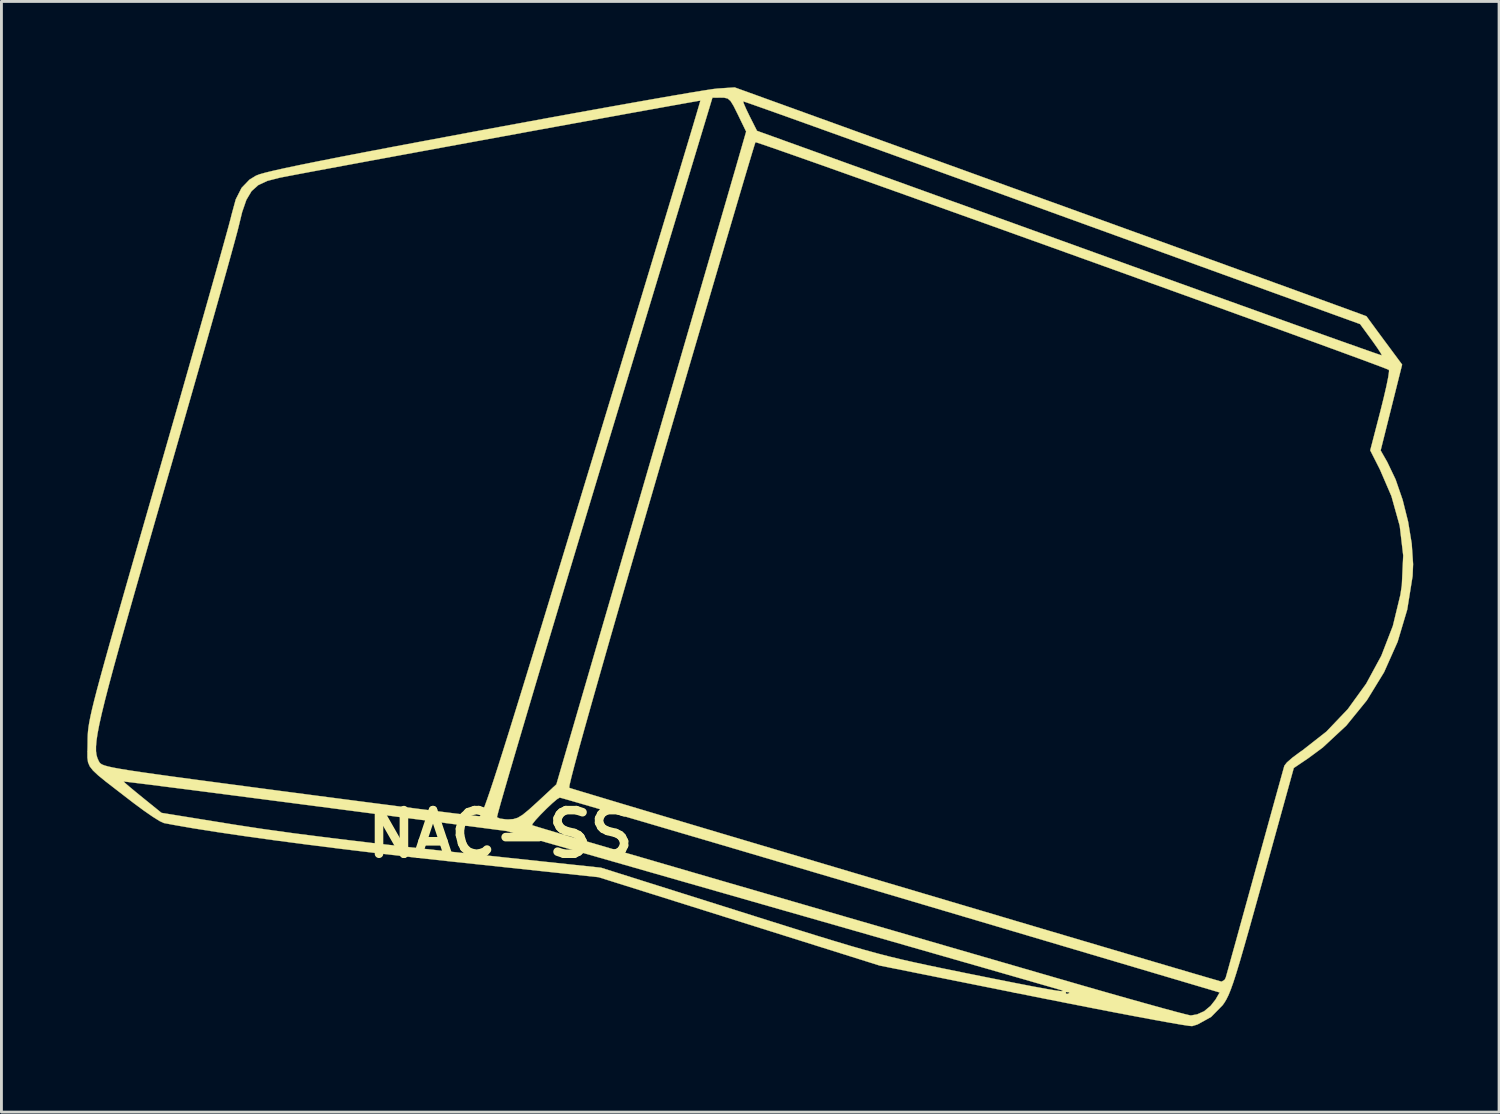
<source format=kicad_pcb>
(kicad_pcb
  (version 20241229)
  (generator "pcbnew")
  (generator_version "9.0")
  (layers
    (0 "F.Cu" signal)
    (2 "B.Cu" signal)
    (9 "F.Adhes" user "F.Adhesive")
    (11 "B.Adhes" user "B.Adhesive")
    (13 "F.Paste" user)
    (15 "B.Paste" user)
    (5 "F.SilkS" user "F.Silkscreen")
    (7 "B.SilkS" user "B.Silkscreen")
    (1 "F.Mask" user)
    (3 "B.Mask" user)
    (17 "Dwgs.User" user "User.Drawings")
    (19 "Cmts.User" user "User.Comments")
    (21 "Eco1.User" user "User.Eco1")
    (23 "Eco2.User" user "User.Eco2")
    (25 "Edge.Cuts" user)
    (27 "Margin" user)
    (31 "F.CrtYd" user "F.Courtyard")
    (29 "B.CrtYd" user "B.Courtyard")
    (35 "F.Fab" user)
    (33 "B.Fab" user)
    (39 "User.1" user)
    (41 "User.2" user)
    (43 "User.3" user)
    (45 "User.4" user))
  (footprint "NAC-SS"
    (layer "F.Cu")
    (at 14.442 26.099)
    (property "Reference" "NAC-SS" (at 0 0 0) (layer "F.SilkS") (effects (font (size 1.524 1.524) (thickness 0.3))))
    (attr through_hole)
    (fp_poly (pts (xy 19.223 -22.103) (xy 20.535 -21.629) (xy 21.803 -21.17) (xy 23.018 -20.73) (xy 24.17 -20.313) (xy 25.25 -19.922) (xy 26.25 -19.559) (xy 27.16 -19.229) (xy 27.972 -18.934) (xy 28.675 -18.678) (xy 29.262 -18.464) (xy 29.723 -18.296) (xy 30.049 -18.177) (xy 30.231 -18.109) (xy 30.268 -18.094) (xy 30.318 -18.024) (xy 30.45 -17.844) (xy 30.643 -17.581) (xy 30.878 -17.263) (xy 30.894 -17.242) (xy 31.513 -16.407) (xy 30.762 -13.406) (xy 30.995 -12.998) (xy 31.284 -12.393) (xy 31.53 -11.681) (xy 31.722 -10.915) (xy 31.848 -10.148) (xy 31.896 -9.433) (xy 31.879 -9.017) (xy 31.691 -7.844) (xy 31.355 -6.717) (xy 30.882 -5.655) (xy 30.281 -4.674) (xy 29.563 -3.79) (xy 28.737 -3.022) (xy 28.235 -2.651) (xy 27.726 -2.307) (xy 26.636 1.634) (xy 26.382 2.548) (xy 26.168 3.315) (xy 25.988 3.947) (xy 25.839 4.461) (xy 25.714 4.872) (xy 25.61 5.195) (xy 25.521 5.443) (xy 25.443 5.634) (xy 25.37 5.781) (xy 25.299 5.899) (xy 25.239 5.983) (xy 24.837 6.393) (xy 24.362 6.656) (xy 24.172 6.714) (xy 24.062 6.704) (xy 23.8 6.664) (xy 23.4 6.595) (xy 22.878 6.501) (xy 22.248 6.383) (xy 21.524 6.246) (xy 20.72 6.09) (xy 19.85 5.919) (xy 18.93 5.737) (xy 18.627 5.676) (xy 17.908 5.532) (xy 19.756 5.532) (xy 19.767 5.582) (xy 19.812 5.588) (xy 19.882 5.557) (xy 19.868 5.532) (xy 19.768 5.521) (xy 19.756 5.532) (xy 17.908 5.532) (xy 13.25 4.597) (xy 8.34 3.053) (xy 3.429 1.509) (xy -1.651 0.968) (xy -2.962 0.825) (xy -4.259 0.676) (xy -5.524 0.524) (xy -6.74 0.371) (xy -7.888 0.22) (xy -8.949 0.072) (xy -9.907 -0.069) (xy -10.742 -0.201) (xy -11.438 -0.322) (xy -11.769 -0.385) (xy -11.91 -0.451) (xy -12.153 -0.603) (xy -12.467 -0.82) (xy -12.823 -1.083) (xy -12.954 -1.184) (xy -13.433 -1.553) (xy -13.797 -1.835) (xy -13.798 -1.836) (xy -13.174 -1.836) (xy -13.117 -1.78) (xy -12.955 -1.641) (xy -12.716 -1.443) (xy -12.516 -1.28) (xy -11.847 -0.739) (xy -9.302 -0.327) (xy -8.341 -0.18) (xy -7.216 -0.024) (xy -5.931 0.14) (xy -4.492 0.313) (xy -2.903 0.493) (xy -1.621 0.631) (xy 3.514 1.178) (xy 8.382 2.714) (xy 9.393 3.033) (xy 10.262 3.306) (xy 11.009 3.539) (xy 11.654 3.736) (xy 12.216 3.905) (xy 12.714 4.048) (xy 13.17 4.173) (xy 13.601 4.285) (xy 14.028 4.388) (xy 14.471 4.488) (xy 14.948 4.591) (xy 15.481 4.702) (xy 16.088 4.826) (xy 16.298 4.869) (xy 17.234 5.057) (xy 18.009 5.211) (xy 18.628 5.331) (xy 19.098 5.417) (xy 19.422 5.471) (xy 19.607 5.494) (xy 19.657 5.486) (xy 19.6 5.457) (xy 19.51 5.43) (xy 19.266 5.359) (xy 18.88 5.248) (xy 18.362 5.098) (xy 17.721 4.914) (xy 16.968 4.697) (xy 16.113 4.452) (xy 15.166 4.18) (xy 14.138 3.885) (xy 13.038 3.569) (xy 11.876 3.236) (xy 10.662 2.888) (xy 9.864 2.66) (xy 0.212 -0.105) (xy -1.354 -0.31) (xy 1.106 -0.31) (xy 1.14 -0.297) (xy 1.237 -0.266) (xy 1.402 -0.216) (xy 1.64 -0.144) (xy 1.957 -0.05) (xy 2.357 0.068) (xy 2.846 0.211) (xy 3.429 0.382) (xy 4.112 0.582) (xy 4.9 0.811) (xy 5.798 1.073) (xy 6.811 1.368) (xy 7.945 1.698) (xy 9.205 2.064) (xy 10.596 2.468) (xy 12.124 2.912) (xy 13.793 3.396) (xy 15.61 3.924) (xy 17.579 4.495) (xy 19.558 5.069) (xy 20.391 5.31) (xy 21.18 5.536) (xy 21.908 5.743) (xy 22.56 5.926) (xy 23.121 6.082) (xy 23.574 6.205) (xy 23.903 6.291) (xy 24.093 6.336) (xy 24.13 6.342) (xy 24.349 6.303) (xy 24.587 6.197) (xy 24.596 6.192) (xy 24.82 6.005) (xy 24.992 5.786) (xy 25.135 5.538) (xy 13.647 2.131) (xy 12.294 1.73) (xy 10.984 1.343) (xy 9.728 0.971) (xy 8.535 0.618) (xy 7.413 0.287) (xy 6.373 -0.019) (xy 5.423 -0.299) (xy 4.572 -0.549) (xy 3.83 -0.766) (xy 3.205 -0.948) (xy 2.708 -1.093) (xy 2.348 -1.197) (xy 2.133 -1.257) (xy 2.071 -1.273) (xy 1.978 -1.218) (xy 1.813 -1.078) (xy 1.611 -0.888) (xy 1.406 -0.682) (xy 1.232 -0.494) (xy 1.123 -0.358) (xy 1.106 -0.31) (xy -1.354 -0.31) (xy -3.461 -0.585) (xy -0.122 -0.585) (xy -0.015 -0.538) (xy 0.195 -0.512) (xy 0.28 -0.51) (xy 0.452 -0.522) (xy 0.604 -0.568) (xy 0.771 -0.669) (xy 0.989 -0.847) (xy 1.293 -1.122) (xy 1.295 -1.124) (xy 1.824 -1.615) (xy 2.401 -1.615) (xy 2.403 -1.614) (xy 2.506 -1.581) (xy 2.759 -1.504) (xy 3.151 -1.386) (xy 3.67 -1.23) (xy 4.305 -1.039) (xy 5.046 -0.818) (xy 5.88 -0.569) (xy 6.797 -0.296) (xy 7.785 -0.001) (xy 8.834 0.311) (xy 9.931 0.637) (xy 11.065 0.975) (xy 12.226 1.32) (xy 13.402 1.67) (xy 14.582 2.02) (xy 15.754 2.368) (xy 16.908 2.71) (xy 18.031 3.044) (xy 19.114 3.365) (xy 20.144 3.67) (xy 21.11 3.956) (xy 22.002 4.22) (xy 22.808 4.458) (xy 23.516 4.667) (xy 24.115 4.843) (xy 24.595 4.984) (xy 24.943 5.085) (xy 25.149 5.145) (xy 25.204 5.159) (xy 25.309 5.095) (xy 25.349 5.016) (xy 25.38 4.906) (xy 25.452 4.649) (xy 25.558 4.264) (xy 25.696 3.769) (xy 25.858 3.18) (xy 26.042 2.515) (xy 26.242 1.792) (xy 26.374 1.312) (xy 26.581 0.562) (xy 26.775 -0.142) (xy 26.951 -0.78) (xy 27.105 -1.336) (xy 27.232 -1.793) (xy 27.326 -2.132) (xy 27.383 -2.336) (xy 27.398 -2.388) (xy 27.485 -2.5) (xy 27.68 -2.67) (xy 27.944 -2.866) (xy 28.035 -2.928) (xy 28.867 -3.58) (xy 29.612 -4.362) (xy 30.256 -5.253) (xy 30.786 -6.23) (xy 31.189 -7.273) (xy 31.452 -8.359) (xy 31.503 -8.7) (xy 31.551 -9.734) (xy 31.429 -10.77) (xy 31.139 -11.808) (xy 30.738 -12.738) (xy 30.398 -13.41) (xy 30.755 -14.786) (xy 30.869 -15.245) (xy 30.962 -15.646) (xy 31.026 -15.961) (xy 31.055 -16.162) (xy 31.052 -16.22) (xy 30.964 -16.258) (xy 30.729 -16.348) (xy 30.357 -16.487) (xy 29.859 -16.671) (xy 29.246 -16.896) (xy 28.531 -17.157) (xy 27.722 -17.452) (xy 26.832 -17.775) (xy 25.872 -18.122) (xy 24.852 -18.491) (xy 23.784 -18.877) (xy 22.679 -19.275) (xy 21.548 -19.683) (xy 20.402 -20.095) (xy 19.251 -20.509) (xy 18.108 -20.919) (xy 16.983 -21.323) (xy 15.887 -21.715) (xy 14.831 -22.093) (xy 13.826 -22.452) (xy 12.884 -22.788) (xy 12.015 -23.097) (xy 11.23 -23.376) (xy 10.541 -23.619) (xy 9.958 -23.824) (xy 9.493 -23.986) (xy 9.157 -24.102) (xy 8.96 -24.167) (xy 8.911 -24.179) (xy 8.883 -24.095) (xy 8.81 -23.857) (xy 8.695 -23.474) (xy 8.541 -22.958) (xy 8.351 -22.316) (xy 8.127 -21.557) (xy 7.872 -20.692) (xy 7.589 -19.73) (xy 7.281 -18.679) (xy 6.95 -17.55) (xy 6.598 -16.351) (xy 6.23 -15.091) (xy 5.847 -13.781) (xy 5.588 -12.894) (xy 5.083 -11.158) (xy 4.618 -9.56) (xy 4.196 -8.101) (xy 3.817 -6.783) (xy 3.482 -5.61) (xy 3.19 -4.582) (xy 2.943 -3.704) (xy 2.741 -2.976) (xy 2.586 -2.4) (xy 2.477 -1.981) (xy 2.415 -1.718) (xy 2.401 -1.615) (xy 1.824 -1.615) (xy 1.954 -1.736) (xy 4.874 -11.768) (xy 5.25 -13.061) (xy 5.619 -14.329) (xy 5.977 -15.559) (xy 6.32 -16.739) (xy 6.646 -17.859) (xy 6.95 -18.905) (xy 7.23 -19.868) (xy 7.482 -20.735) (xy 7.702 -21.494) (xy 7.888 -22.133) (xy 8.035 -22.642) (xy 8.141 -23.008) (xy 8.19 -23.175) (xy 8.586 -24.55) (xy 8.298 -25.144) (xy 8.149 -25.443) (xy 8.048 -25.608) (xy 8.482 -25.608) (xy 8.504 -25.528) (xy 8.586 -25.339) (xy 8.71 -25.082) (xy 8.965 -24.577) (xy 11.235 -23.759) (xy 11.631 -23.616) (xy 12.172 -23.421) (xy 12.845 -23.179) (xy 13.634 -22.894) (xy 14.526 -22.572) (xy 15.506 -22.218) (xy 16.561 -21.838) (xy 17.676 -21.436) (xy 18.837 -21.017) (xy 20.03 -20.586) (xy 21.241 -20.149) (xy 22.14 -19.825) (xy 23.299 -19.407) (xy 24.413 -19.006) (xy 25.471 -18.625) (xy 26.463 -18.269) (xy 27.38 -17.94) (xy 28.21 -17.643) (xy 28.943 -17.381) (xy 29.57 -17.158) (xy 30.079 -16.978) (xy 30.461 -16.843) (xy 30.706 -16.759) (xy 30.802 -16.728) (xy 30.803 -16.728) (xy 30.77 -16.8) (xy 30.657 -16.974) (xy 30.488 -17.215) (xy 30.437 -17.285) (xy 30.044 -17.822) (xy 19.276 -21.725) (xy 17.98 -22.195) (xy 16.729 -22.648) (xy 15.53 -23.081) (xy 14.395 -23.492) (xy 13.331 -23.876) (xy 12.348 -24.23) (xy 11.455 -24.551) (xy 10.661 -24.836) (xy 9.976 -25.082) (xy 9.409 -25.284) (xy 8.968 -25.44) (xy 8.664 -25.547) (xy 8.505 -25.601) (xy 8.482 -25.608) (xy 8.048 -25.608) (xy 8.04 -25.62) (xy 7.939 -25.707) (xy 7.814 -25.735) (xy 7.709 -25.737) (xy 7.408 -25.736) (xy 3.619 -13.199) (xy 3.193 -11.785) (xy 2.78 -10.416) (xy 2.384 -9.099) (xy 2.008 -7.844) (xy 1.653 -6.659) (xy 1.323 -5.553) (xy 1.021 -4.535) (xy 0.748 -3.613) (xy 0.507 -2.797) (xy 0.301 -2.095) (xy 0.133 -1.516) (xy 0.005 -1.069) (xy -0.08 -0.762) (xy -0.12 -0.604) (xy -0.122 -0.585) (xy -3.461 -0.585) (xy -6.476 -0.978) (xy -7.519 -1.114) (xy -8.513 -1.243) (xy -9.445 -1.364) (xy -10.301 -1.475) (xy -11.071 -1.574) (xy -11.74 -1.659) (xy -12.296 -1.73) (xy -12.727 -1.783) (xy -13.02 -1.819) (xy -13.162 -1.835) (xy -13.174 -1.836) (xy -13.798 -1.836) (xy -14.061 -2.05) (xy -14.242 -2.22) (xy -14.355 -2.365) (xy -14.415 -2.506) (xy -14.437 -2.666) (xy -14.437 -2.863) (xy -14.432 -3.058) (xy -14.137 -3.058) (xy -14.137 -2.897) (xy -14.12 -2.767) (xy -14.09 -2.66) (xy -14.049 -2.565) (xy -14.036 -2.54) (xy -14.013 -2.501) (xy -13.98 -2.465) (xy -13.928 -2.431) (xy -13.843 -2.397) (xy -13.716 -2.361) (xy -13.535 -2.321) (xy -13.288 -2.276) (xy -12.966 -2.223) (xy -12.555 -2.161) (xy -12.046 -2.089) (xy -11.427 -2.003) (xy -10.686 -1.903) (xy -9.814 -1.787) (xy -8.798 -1.652) (xy -7.627 -1.497) (xy -7.406 -1.468) (xy -6.372 -1.332) (xy -5.384 -1.203) (xy -4.456 -1.082) (xy -3.601 -0.972) (xy -2.833 -0.874) (xy -2.163 -0.79) (xy -1.606 -0.72) (xy -1.174 -0.668) (xy -0.881 -0.635) (xy -0.74 -0.621) (xy -0.731 -0.621) (xy -0.704 -0.642) (xy -0.666 -0.704) (xy -0.616 -0.814) (xy -0.55 -0.98) (xy -0.467 -1.21) (xy -0.364 -1.509) (xy -0.239 -1.885) (xy -0.09 -2.345) (xy 0.085 -2.896) (xy 0.289 -3.546) (xy 0.523 -4.301) (xy 0.791 -5.169) (xy 1.094 -6.156) (xy 1.435 -7.27) (xy 1.815 -8.518) (xy 2.238 -9.907) (xy 2.704 -11.444) (xy 3.214 -13.123) (xy 3.641 -14.533) (xy 4.055 -15.897) (xy 4.452 -17.209) (xy 4.83 -18.459) (xy 5.186 -19.637) (xy 5.518 -20.737) (xy 5.823 -21.747) (xy 6.099 -22.661) (xy 6.342 -23.469) (xy 6.551 -24.163) (xy 6.722 -24.733) (xy 6.852 -25.171) (xy 6.94 -25.469) (xy 6.983 -25.617) (xy 6.987 -25.632) (xy 6.904 -25.62) (xy 6.669 -25.579) (xy 6.297 -25.513) (xy 5.802 -25.424) (xy 5.198 -25.315) (xy 4.499 -25.189) (xy 3.721 -25.047) (xy 2.878 -24.894) (xy 1.983 -24.731) (xy 1.053 -24.561) (xy 0.1 -24.386) (xy -0.86 -24.21) (xy -1.814 -24.035) (xy -2.745 -23.864) (xy -3.641 -23.699) (xy -4.487 -23.543) (xy -5.268 -23.398) (xy -5.969 -23.268) (xy -6.577 -23.155) (xy -7.077 -23.061) (xy -7.454 -22.989) (xy -7.694 -22.943) (xy -7.721 -22.937) (xy -8.143 -22.829) (xy -8.462 -22.682) (xy -8.7 -22.469) (xy -8.882 -22.163) (xy -9.029 -21.738) (xy -9.143 -21.269) (xy -9.189 -21.085) (xy -9.279 -20.75) (xy -9.409 -20.277) (xy -9.575 -19.677) (xy -9.776 -18.964) (xy -10.006 -18.148) (xy -10.262 -17.243) (xy -10.542 -16.26) (xy -10.842 -15.211) (xy -11.158 -14.109) (xy -11.486 -12.965) (xy -11.685 -12.277) (xy -12.095 -10.854) (xy -12.459 -9.585) (xy -12.781 -8.46) (xy -13.062 -7.469) (xy -13.305 -6.604) (xy -13.512 -5.854) (xy -13.685 -5.21) (xy -13.826 -4.664) (xy -13.938 -4.205) (xy -14.023 -3.824) (xy -14.083 -3.512) (xy -14.12 -3.26) (xy -14.137 -3.058) (xy -14.432 -3.058) (xy -14.431 -3.12) (xy -14.43 -3.189) (xy -14.429 -3.324) (xy -14.425 -3.452) (xy -14.416 -3.586) (xy -14.399 -3.734) (xy -14.371 -3.906) (xy -14.33 -4.113) (xy -14.274 -4.364) (xy -14.199 -4.671) (xy -14.103 -5.042) (xy -13.983 -5.488) (xy -13.837 -6.018) (xy -13.662 -6.644) (xy -13.455 -7.375) (xy -13.214 -8.221) (xy -12.936 -9.192) (xy -12.619 -10.298) (xy -12.259 -11.549) (xy -11.964 -12.573) (xy -11.626 -13.75) (xy -11.299 -14.889) (xy -10.988 -15.979) (xy -10.695 -17.007) (xy -10.423 -17.963) (xy -10.176 -18.834) (xy -9.957 -19.61) (xy -9.77 -20.279) (xy -9.617 -20.829) (xy -9.501 -21.249) (xy -9.427 -21.528) (xy -9.399 -21.643) (xy -9.252 -22.182) (xy -9.049 -22.582) (xy -8.773 -22.87) (xy -8.542 -23.011) (xy -8.425 -23.056) (xy -8.219 -23.114) (xy -7.917 -23.187) (xy -7.513 -23.277) (xy -6.997 -23.385) (xy -6.364 -23.513) (xy -5.604 -23.663) (xy -4.712 -23.835) (xy -3.678 -24.032) (xy -2.495 -24.254) (xy -1.157 -24.504) (xy -0.584 -24.611) (xy 0.539 -24.818) (xy 1.625 -25.018) (xy 2.66 -25.206) (xy 3.633 -25.382) (xy 4.529 -25.542) (xy 5.337 -25.685) (xy 6.042 -25.808) (xy 6.633 -25.909) (xy 7.096 -25.985) (xy 7.418 -26.035) (xy 7.585 -26.055) (xy 8.186 -26.094) (xy 19.223 -22.103)) (stroke (width 0.01) (type solid)) (fill yes) (layer "F.SilkS")))
  (gr_rect
    (start -3 -3)
    (end 49.343 35.818)
    (stroke (width 0.1) (type default))
    (fill no)
    (layer "Edge.Cuts")))
</source>
